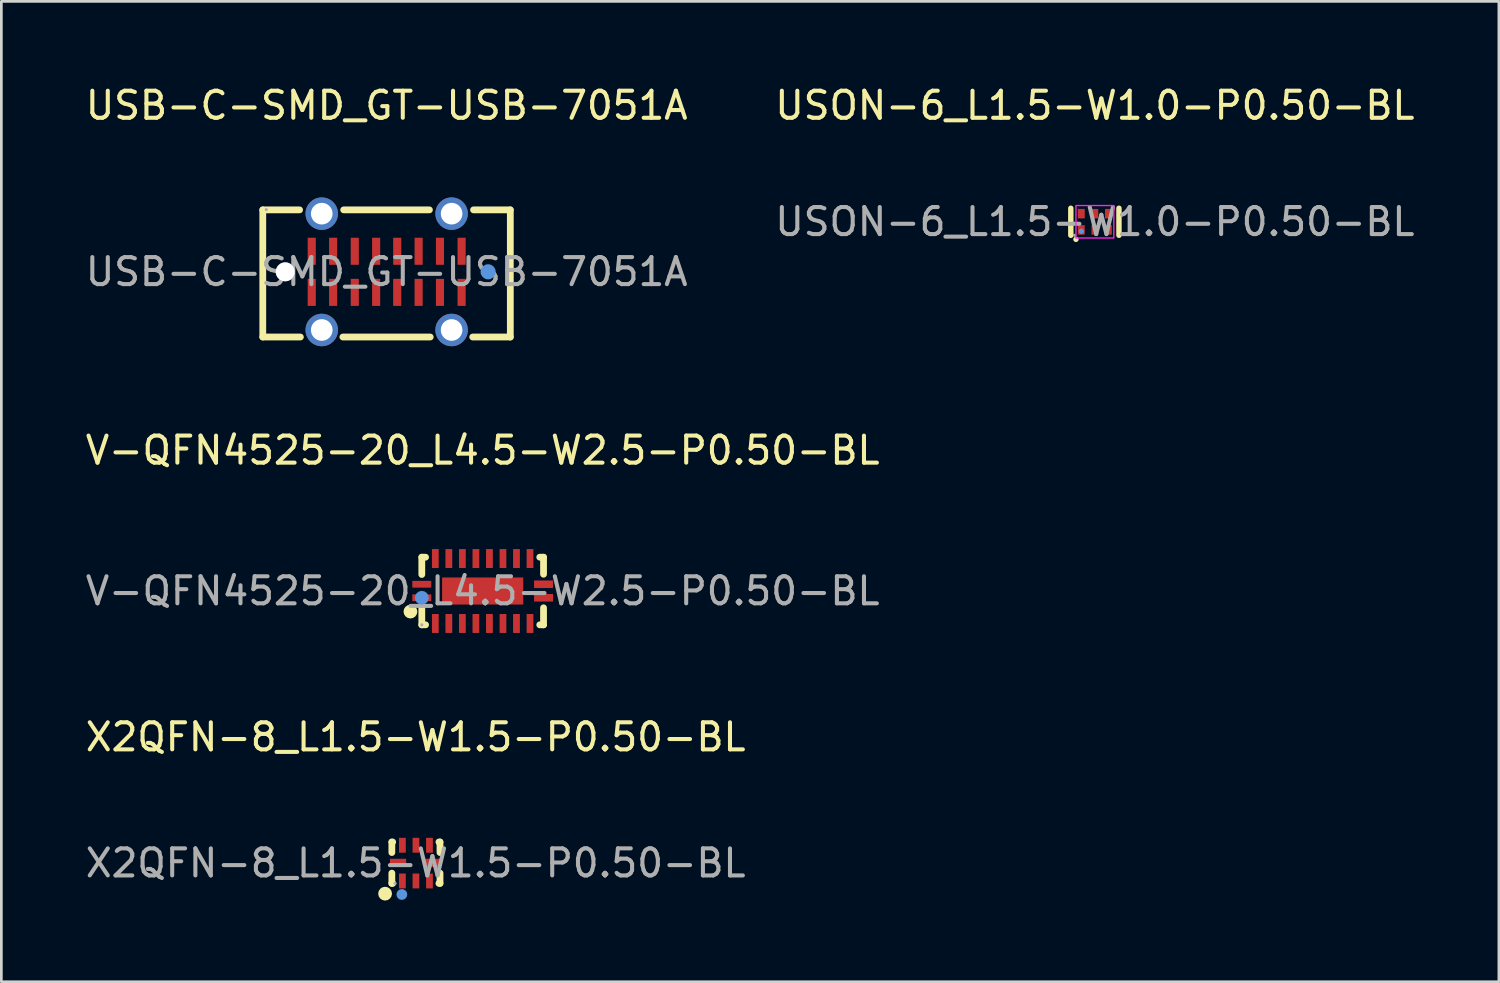
<source format=kicad_pcb>
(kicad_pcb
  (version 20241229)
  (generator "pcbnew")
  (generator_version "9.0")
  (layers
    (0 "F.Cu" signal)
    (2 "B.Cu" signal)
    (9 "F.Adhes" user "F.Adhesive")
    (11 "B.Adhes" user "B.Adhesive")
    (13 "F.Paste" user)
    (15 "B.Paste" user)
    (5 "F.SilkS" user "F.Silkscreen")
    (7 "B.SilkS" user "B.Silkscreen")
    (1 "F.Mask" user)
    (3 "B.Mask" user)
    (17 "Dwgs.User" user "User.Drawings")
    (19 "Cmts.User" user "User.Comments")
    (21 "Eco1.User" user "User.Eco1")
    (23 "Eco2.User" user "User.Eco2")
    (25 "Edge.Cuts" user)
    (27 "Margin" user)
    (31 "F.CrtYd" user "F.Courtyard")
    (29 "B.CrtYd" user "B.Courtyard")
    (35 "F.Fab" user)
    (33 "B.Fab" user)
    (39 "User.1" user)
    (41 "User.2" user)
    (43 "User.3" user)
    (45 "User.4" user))
  (footprint "V-QFN4525-20_L4.5-W2.5-P0.50-BL"
    (layer "F.Cu")
    (at 14.792 18.797)
    (property "Reference" "V-QFN4525-20_L4.5-W2.5-P0.50-BL" (at 0 -5.2 0) (layer "F.SilkS") (effects (font (size 1 1) (thickness 0.15))))
    (attr smd)
    (fp_line (start -2.25 -1.25) (end -2.25 -0.61) (stroke (width 0.25) (type solid)) (layer "F.SilkS"))
    (fp_line (start -2.25 -1.25) (end -2.11 -1.25) (stroke (width 0.25) (type solid)) (layer "F.SilkS"))
    (fp_line (start -2.25 0.61) (end -2.25 1.25) (stroke (width 0.25) (type solid)) (layer "F.SilkS"))
    (fp_line (start -2.25 1.25) (end -2.11 1.25) (stroke (width 0.25) (type solid)) (layer "F.SilkS"))
    (fp_line (start 2.11 -1.25) (end 2.25 -1.25) (stroke (width 0.25) (type solid)) (layer "F.SilkS"))
    (fp_line (start 2.11 1.25) (end 2.25 1.25) (stroke (width 0.25) (type solid)) (layer "F.SilkS"))
    (fp_line (start 2.25 -1.25) (end 2.25 -0.62) (stroke (width 0.25) (type solid)) (layer "F.SilkS"))
    (fp_line (start 2.25 0.62) (end 2.25 1.25) (stroke (width 0.25) (type solid)) (layer "F.SilkS"))
    (fp_circle (center -2.67 0.76) (end -2.54 0.76) (stroke (width 0.25) (type solid)) (fill no) (layer "F.SilkS"))
    (fp_circle (center -2.25 0.25) (end -2.12 0.25) (stroke (width 0.25) (type solid)) (fill no) (layer "Cmts.User"))
    (fp_circle (center -2.25 1.25) (end -2.22 1.25) (stroke (width 0.06) (type solid)) (fill no) (layer "F.Fab"))
    (fp_text user "${REFERENCE}" (at 0 0 0) (layer "F.Fab") (effects (font (size 1 1) (thickness 0.15))))
    (pad "1" smd rect (at -2.25 0.25 180) (size 0.7 0.25) (layers "F.Cu" "F.Mask" "F.Paste"))
    (pad "2" smd rect (at -1.75 1.2 90) (size 0.7 0.25) (layers "F.Cu" "F.Mask" "F.Paste"))
    (pad "3" smd rect (at -1.25 1.2 90) (size 0.7 0.25) (layers "F.Cu" "F.Mask" "F.Paste"))
    (pad "4" smd rect (at -0.75 1.2 90) (size 0.7 0.25) (layers "F.Cu" "F.Mask" "F.Paste"))
    (pad "5" smd rect (at -0.25 1.2 90) (size 0.7 0.25) (layers "F.Cu" "F.Mask" "F.Paste"))
    (pad "6" smd rect (at 0.25 1.2 90) (size 0.7 0.25) (layers "F.Cu" "F.Mask" "F.Paste"))
    (pad "7" smd rect (at 0.75 1.2 90) (size 0.7 0.25) (layers "F.Cu" "F.Mask" "F.Paste"))
    (pad "8" smd rect (at 1.25 1.2 90) (size 0.7 0.25) (layers "F.Cu" "F.Mask" "F.Paste"))
    (pad "9" smd rect (at 1.75 1.2 90) (size 0.7 0.25) (layers "F.Cu" "F.Mask" "F.Paste"))
    (pad "10" smd rect (at 2.25 0.25 180) (size 0.7 0.28) (layers "F.Cu" "F.Mask" "F.Paste"))
    (pad "11" smd rect (at 2.25 -0.25 180) (size 0.7 0.28) (layers "F.Cu" "F.Mask" "F.Paste"))
    (pad "12" smd rect (at 1.75 -1.2 90) (size 0.7 0.25) (layers "F.Cu" "F.Mask" "F.Paste"))
    (pad "13" smd rect (at 1.25 -1.2 90) (size 0.7 0.25) (layers "F.Cu" "F.Mask" "F.Paste"))
    (pad "14" smd rect (at 0.75 -1.2 90) (size 0.7 0.25) (layers "F.Cu" "F.Mask" "F.Paste"))
    (pad "15" smd rect (at 0.25 -1.2 90) (size 0.7 0.25) (layers "F.Cu" "F.Mask" "F.Paste"))
    (pad "16" smd rect (at -0.25 -1.2 90) (size 0.7 0.25) (layers "F.Cu" "F.Mask" "F.Paste"))
    (pad "17" smd rect (at -0.75 -1.2 90) (size 0.7 0.25) (layers "F.Cu" "F.Mask" "F.Paste"))
    (pad "18" smd rect (at -1.25 -1.2 90) (size 0.7 0.25) (layers "F.Cu" "F.Mask" "F.Paste"))
    (pad "19" smd rect (at -1.75 -1.2 90) (size 0.7 0.25) (layers "F.Cu" "F.Mask" "F.Paste"))
    (pad "20" smd rect (at -2.25 -0.25 180) (size 0.7 0.25) (layers "F.Cu" "F.Mask" "F.Paste"))
    (pad "21" smd rect (at 0 0 180) (size 3 1) (layers "F.Cu" "F.Mask" "F.Paste")))
  (footprint "USB-C-SMD_GT-USB-7051A"
    (layer "F.Cu")
    (at 11.244 6.998)
    (property "Reference" "USB-C-SMD_GT-USB-7051A" (at 0 -6.15 0) (layer "F.SilkS") (effects (font (size 1 1) (thickness 0.15))))
    (attr smd)
    (fp_line (start -4.58 -2.29) (end -4.58 2.41) (stroke (width 0.25) (type solid)) (layer "F.SilkS"))
    (fp_line (start -4.58 2.41) (end -3.19 2.41) (stroke (width 0.25) (type solid)) (layer "F.SilkS"))
    (fp_line (start -3.22 -2.29) (end -4.58 -2.29) (stroke (width 0.25) (type solid)) (layer "F.SilkS"))
    (fp_line (start -1.62 2.41) (end 1.61 2.41) (stroke (width 0.25) (type solid)) (layer "F.SilkS"))
    (fp_line (start 1.58 -2.29) (end -1.59 -2.29) (stroke (width 0.25) (type solid)) (layer "F.SilkS"))
    (fp_line (start 3.18 2.41) (end 4.57 2.41) (stroke (width 0.25) (type solid)) (layer "F.SilkS"))
    (fp_line (start 4.57 -2.29) (end 3.21 -2.29) (stroke (width 0.25) (type solid)) (layer "F.SilkS"))
    (fp_line (start 4.57 2.41) (end 4.57 -2.29) (stroke (width 0.25) (type solid)) (layer "F.SilkS"))
    (fp_circle (center -2.4 -2.15) (end -2.1 -2.15) (stroke (width 0.6) (type solid)) (fill no) (layer "F.Paste"))
    (fp_circle (center -2.4 2.15) (end -2.1 2.15) (stroke (width 0.6) (type solid)) (fill no) (layer "F.Paste"))
    (fp_circle (center 2.4 -2.15) (end 2.7 -2.15) (stroke (width 0.6) (type solid)) (fill no) (layer "F.Paste"))
    (fp_circle (center 2.4 2.15) (end 2.7 2.15) (stroke (width 0.6) (type solid)) (fill no) (layer "F.Paste"))
    (fp_circle (center -3.75 0) (end -3.61 0) (stroke (width 0.28) (type solid)) (fill no) (layer "Cmts.User"))
    (fp_circle (center 3.75 0) (end 3.89 0) (stroke (width 0.28) (type solid)) (fill no) (layer "Cmts.User"))
    (fp_circle (center -4.45 -2.3) (end -4.42 -2.3) (stroke (width 0.06) (type solid)) (fill no) (layer "F.Fab"))
    (fp_text user "${REFERENCE}" (at 0 0 0) (layer "F.Fab") (effects (font (size 1 1) (thickness 0.15))))
    (pad "" thru_hole circle (at -3.75 0) (size 0.7 0.7) (drill 0.7) (layers "*.Cu" "*.Mask"))
    (pad "0" thru_hole circle (at -2.4 -2.15) (size 1.2 1.2) (drill 0.8) (layers "*.Cu" "*.Mask"))
    (pad "0" thru_hole circle (at -2.4 2.15) (size 1.2 1.2) (drill 0.8) (layers "*.Cu" "*.Mask"))
    (pad "0" thru_hole circle (at 2.4 -2.15) (size 1.2 1.2) (drill 0.8) (layers "*.Cu" "*.Mask"))
    (pad "0" thru_hole circle (at 2.4 2.15 90) (size 1.2 1.2) (drill 0.8) (layers "*.Cu" "*.Mask"))
    (pad "A1" smd rect (at -2.77 -0.76) (size 0.3 1) (layers "F.Cu" "F.Mask" "F.Paste"))
    (pad "A4" smd rect (at -1.98 -0.76) (size 0.3 1) (layers "F.Cu" "F.Mask" "F.Paste"))
    (pad "A5" smd rect (at -1.18 -0.76) (size 0.3 1) (layers "F.Cu" "F.Mask" "F.Paste"))
    (pad "A6" smd rect (at -0.39 -0.76) (size 0.3 1) (layers "F.Cu" "F.Mask" "F.Paste"))
    (pad "A7" smd rect (at 0.39 -0.76) (size 0.3 1) (layers "F.Cu" "F.Mask" "F.Paste"))
    (pad "A8" smd rect (at 1.18 -0.76) (size 0.3 1) (layers "F.Cu" "F.Mask" "F.Paste"))
    (pad "A9" smd rect (at 1.97 -0.76) (size 0.3 1) (layers "F.Cu" "F.Mask" "F.Paste"))
    (pad "A12" smd rect (at 2.77 -0.76) (size 0.3 1) (layers "F.Cu" "F.Mask" "F.Paste"))
    (pad "B1" smd rect (at 2.77 0.76) (size 0.3 1) (layers "F.Cu" "F.Mask" "F.Paste"))
    (pad "B4" smd rect (at 1.97 0.76) (size 0.3 1) (layers "F.Cu" "F.Mask" "F.Paste"))
    (pad "B5" smd rect (at 1.18 0.76) (size 0.3 1) (layers "F.Cu" "F.Mask" "F.Paste"))
    (pad "B6" smd rect (at 0.39 0.76) (size 0.3 1) (layers "F.Cu" "F.Mask" "F.Paste"))
    (pad "B7" smd rect (at -0.39 0.76) (size 0.3 1) (layers "F.Cu" "F.Mask" "F.Paste"))
    (pad "B8" smd rect (at -1.18 0.76) (size 0.3 1) (layers "F.Cu" "F.Mask" "F.Paste"))
    (pad "B9" smd rect (at -1.98 0.76) (size 0.3 1) (layers "F.Cu" "F.Mask" "F.Paste"))
    (pad "B12" smd rect (at -2.77 0.76) (size 0.3 1) (layers "F.Cu" "F.Mask" "F.Paste")))
  (footprint "USON-6_L1.5-W1.0-P0.50-BL"
    (layer "F.Cu")
    (at 37.423 5.148)
    (property "Reference" "USON-6_L1.5-W1.0-P0.50-BL" (at 0 -4.3 0) (layer "F.SilkS") (effects (font (size 1 1) (thickness 0.15))))
    (attr smd)
    (fp_line (start -0.89 0.5) (end -0.89 -0.5) (stroke (width 0.2) (type solid)) (layer "F.SilkS"))
    (fp_line (start 0.89 0.5) (end 0.89 -0.5) (stroke (width 0.2) (type solid)) (layer "F.SilkS"))
    (fp_circle (center -0.7 0.65) (end -0.65 0.65) (stroke (width 0.1) (type solid)) (fill no) (layer "F.SilkS"))
    (fp_circle (center -0.5 0.35) (end -0.45 0.35) (stroke (width 0.1) (type solid)) (fill no) (layer "Cmts.User"))
    (fp_rect (start -0.7 -0.6) (end 0.7 0.6) (stroke (width 0.05) (type default)) (fill no) (layer "F.CrtYd"))
    (fp_circle (center -0.75 0.5) (end -0.72 0.5) (stroke (width 0.06) (type solid)) (fill no) (layer "F.Fab"))
    (fp_text user "${REFERENCE}" (at 0 0 0) (layer "F.Fab") (effects (font (size 1 1) (thickness 0.15))))
    (pad "1" smd rect (at -0.5 0.3) (size 0.25 0.35) (layers "F.Cu" "F.Mask" "F.Paste"))
    (pad "2" smd rect (at 0 0.3) (size 0.25 0.35) (layers "F.Cu" "F.Mask" "F.Paste"))
    (pad "3" smd rect (at 0.5 0.3) (size 0.25 0.35) (layers "F.Cu" "F.Mask" "F.Paste"))
    (pad "4" smd rect (at 0.5 -0.3 180) (size 0.25 0.35) (layers "F.Cu" "F.Mask" "F.Paste"))
    (pad "5" smd rect (at 0 -0.3 180) (size 0.25 0.35) (layers "F.Cu" "F.Mask" "F.Paste"))
    (pad "6" smd rect (at -0.5 -0.3 180) (size 0.25 0.35) (layers "F.Cu" "F.Mask" "F.Paste")))
  (footprint "X2QFN-8_L1.5-W1.5-P0.50-BL"
    (layer "F.Cu")
    (at 12.315 28.855)
    (property "Reference" "X2QFN-8_L1.5-W1.5-P0.50-BL" (at 0 -4.66 0) (layer "F.SilkS") (effects (font (size 1 1) (thickness 0.15))))
    (attr smd)
    (fp_line (start -0.88 -0.78) (end -0.88 -0.39) (stroke (width 0.25) (type solid)) (layer "F.SilkS"))
    (fp_line (start -0.88 0.37) (end -0.88 0.75) (stroke (width 0.25) (type solid)) (layer "F.SilkS"))
    (fp_line (start -0.88 0.75) (end -0.85 0.75) (stroke (width 0.25) (type solid)) (layer "F.SilkS"))
    (fp_line (start -0.85 -0.78) (end -0.88 -0.78) (stroke (width 0.25) (type solid)) (layer "F.SilkS"))
    (fp_line (start 0.86 0.75) (end 0.9 0.75) (stroke (width 0.25) (type solid)) (layer "F.SilkS"))
    (fp_line (start 0.9 -0.78) (end 0.86 -0.78) (stroke (width 0.25) (type solid)) (layer "F.SilkS"))
    (fp_line (start 0.9 -0.39) (end 0.9 -0.78) (stroke (width 0.25) (type solid)) (layer "F.SilkS"))
    (fp_line (start 0.9 0.75) (end 0.9 0.37) (stroke (width 0.25) (type solid)) (layer "F.SilkS"))
    (fp_circle (center -1.13 1.13) (end -1 1.13) (stroke (width 0.25) (type solid)) (fill no) (layer "F.SilkS"))
    (fp_circle (center -0.51 1.16) (end -0.41 1.16) (stroke (width 0.2) (type solid)) (fill no) (layer "Cmts.User"))
    (fp_circle (center -0.76 0.75) (end -0.73 0.75) (stroke (width 0.06) (type solid)) (fill no) (layer "F.Fab"))
    (fp_text user "${REFERENCE}" (at 0 0 0) (layer "F.Fab") (effects (font (size 1 1) (thickness 0.15))))
    (pad "1" smd rect (at -0.49 0.66 270) (size 0.55 0.25) (layers "F.Cu" "F.Mask" "F.Paste"))
    (pad "2" smd rect (at 0.01 0.66 270) (size 0.55 0.25) (layers "F.Cu" "F.Mask" "F.Paste"))
    (pad "3" smd rect (at 0.51 0.66 270) (size 0.55 0.25) (layers "F.Cu" "F.Mask" "F.Paste"))
    (pad "4" smd rect (at 0.65 -0.01) (size 0.6 0.3) (layers "F.Cu" "F.Mask" "F.Paste"))
    (pad "5" smd rect (at 0.51 -0.66 270) (size 0.55 0.25) (layers "F.Cu" "F.Mask" "F.Paste"))
    (pad "6" smd rect (at 0.01 -0.66 270) (size 0.55 0.25) (layers "F.Cu" "F.Mask" "F.Paste"))
    (pad "7" smd rect (at -0.49 -0.66 270) (size 0.55 0.25) (layers "F.Cu" "F.Mask" "F.Paste"))
    (pad "8" smd rect (at -0.65 -0.01) (size 0.6 0.3) (layers "F.Cu" "F.Mask" "F.Paste")))
  (gr_rect
    (start -3 -3)
    (end 52.357 33.24)
    (stroke (width 0.1) (type default))
    (fill no)
    (layer "Edge.Cuts")))
</source>
